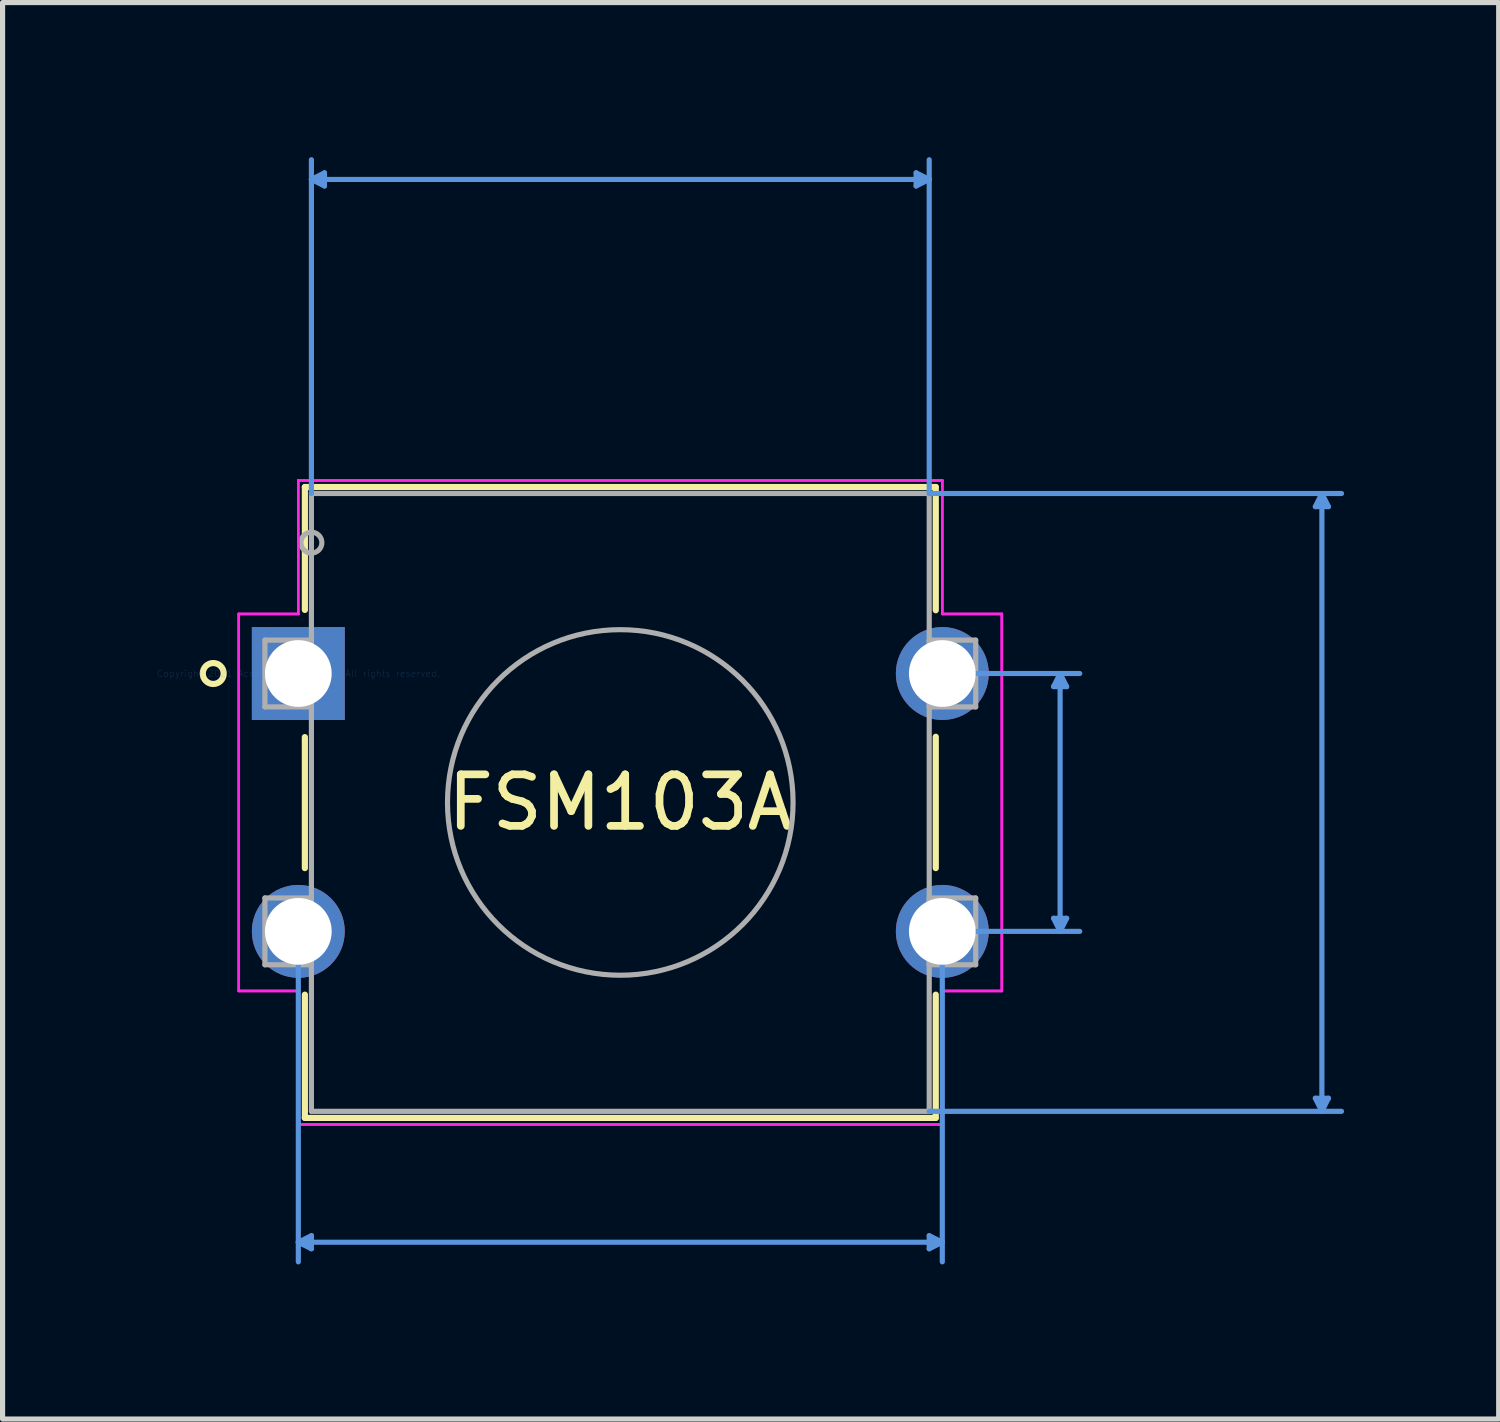
<source format=kicad_pcb>
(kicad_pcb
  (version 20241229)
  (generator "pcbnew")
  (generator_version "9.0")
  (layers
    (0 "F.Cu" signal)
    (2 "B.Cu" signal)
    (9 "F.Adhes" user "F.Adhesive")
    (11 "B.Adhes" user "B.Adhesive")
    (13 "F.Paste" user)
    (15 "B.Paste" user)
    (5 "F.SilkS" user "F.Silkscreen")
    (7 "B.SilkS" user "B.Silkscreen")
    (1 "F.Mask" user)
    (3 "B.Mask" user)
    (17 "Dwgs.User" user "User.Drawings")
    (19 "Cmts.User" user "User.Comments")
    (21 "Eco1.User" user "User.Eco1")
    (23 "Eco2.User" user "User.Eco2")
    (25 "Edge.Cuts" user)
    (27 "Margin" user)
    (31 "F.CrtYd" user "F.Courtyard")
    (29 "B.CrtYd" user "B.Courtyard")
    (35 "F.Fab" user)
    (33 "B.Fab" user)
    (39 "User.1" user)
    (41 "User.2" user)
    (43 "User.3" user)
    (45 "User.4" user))
  (footprint "FSM103A"
    (layer "F.Cu")
    (at 2.739 10.02)
    (property "Reference" "FSM103A" (at 6.248 2.502 0) (layer "F.SilkS") (effects (font (size 1 1) (thickness 0.15))))
    (attr through_hole)
    (fp_line (start 0.127 -3.619) (end 0.127 -1.234) (stroke (width 0.12) (type solid)) (layer "F.SilkS"))
    (fp_line (start 0.127 1.234) (end 0.127 3.776) (stroke (width 0.12) (type solid)) (layer "F.SilkS"))
    (fp_line (start 0.127 6.232) (end 0.127 8.623) (stroke (width 0.12) (type solid)) (layer "F.SilkS"))
    (fp_line (start 0.127 8.623) (end 12.37 8.623) (stroke (width 0.12) (type solid)) (layer "F.SilkS"))
    (fp_line (start 12.37 -3.619) (end 0.127 -3.619) (stroke (width 0.12) (type solid)) (layer "F.SilkS"))
    (fp_line (start 12.37 -1.228) (end 12.37 -3.619) (stroke (width 0.12) (type solid)) (layer "F.SilkS"))
    (fp_line (start 12.37 3.776) (end 12.37 1.228) (stroke (width 0.12) (type solid)) (layer "F.SilkS"))
    (fp_line (start 12.37 8.623) (end 12.37 6.232) (stroke (width 0.12) (type solid)) (layer "F.SilkS"))
    (fp_circle (center -1.651 0) (end -1.448 0) (stroke (width 0.12) (type solid)) (fill no) (layer "F.SilkS"))
    (fp_line (start 0 5.004) (end 0 11.417) (stroke (width 0.1) (type solid)) (layer "Cmts.User"))
    (fp_line (start 0 11.036) (end 0.254 10.909) (stroke (width 0.1) (type solid)) (layer "Cmts.User"))
    (fp_line (start 0 11.036) (end 0.254 11.163) (stroke (width 0.1) (type solid)) (layer "Cmts.User"))
    (fp_line (start 0 11.036) (end 12.497 11.036) (stroke (width 0.1) (type solid)) (layer "Cmts.User"))
    (fp_line (start 0.254 -9.588) (end 0.508 -9.716) (stroke (width 0.1) (type solid)) (layer "Cmts.User"))
    (fp_line (start 0.254 -9.588) (end 0.508 -9.461) (stroke (width 0.1) (type solid)) (layer "Cmts.User"))
    (fp_line (start 0.254 -9.588) (end 12.243 -9.588) (stroke (width 0.1) (type solid)) (layer "Cmts.User"))
    (fp_line (start 0.254 -3.493) (end 0.254 -9.97) (stroke (width 0.1) (type solid)) (layer "Cmts.User"))
    (fp_line (start 0.254 10.909) (end 0.254 11.163) (stroke (width 0.1) (type solid)) (layer "Cmts.User"))
    (fp_line (start 0.508 -9.716) (end 0.508 -9.461) (stroke (width 0.1) (type solid)) (layer "Cmts.User"))
    (fp_line (start 11.989 -9.716) (end 11.989 -9.461) (stroke (width 0.1) (type solid)) (layer "Cmts.User"))
    (fp_line (start 12.243 -9.588) (end 11.989 -9.716) (stroke (width 0.1) (type solid)) (layer "Cmts.User"))
    (fp_line (start 12.243 -9.588) (end 11.989 -9.461) (stroke (width 0.1) (type solid)) (layer "Cmts.User"))
    (fp_line (start 12.243 -3.493) (end 12.243 -9.97) (stroke (width 0.1) (type solid)) (layer "Cmts.User"))
    (fp_line (start 12.243 -3.493) (end 20.244 -3.493) (stroke (width 0.1) (type solid)) (layer "Cmts.User"))
    (fp_line (start 12.243 8.496) (end 20.244 8.496) (stroke (width 0.1) (type solid)) (layer "Cmts.User"))
    (fp_line (start 12.243 10.909) (end 12.243 11.163) (stroke (width 0.1) (type solid)) (layer "Cmts.User"))
    (fp_line (start 12.497 0) (end 15.164 0) (stroke (width 0.1) (type solid)) (layer "Cmts.User"))
    (fp_line (start 12.497 5.004) (end 12.497 11.417) (stroke (width 0.1) (type solid)) (layer "Cmts.User"))
    (fp_line (start 12.497 5.004) (end 15.164 5.004) (stroke (width 0.1) (type solid)) (layer "Cmts.User"))
    (fp_line (start 12.497 11.036) (end 12.243 10.909) (stroke (width 0.1) (type solid)) (layer "Cmts.User"))
    (fp_line (start 12.497 11.036) (end 12.243 11.163) (stroke (width 0.1) (type solid)) (layer "Cmts.User"))
    (fp_line (start 14.656 0.254) (end 14.91 0.254) (stroke (width 0.1) (type solid)) (layer "Cmts.User"))
    (fp_line (start 14.656 4.75) (end 14.91 4.75) (stroke (width 0.1) (type solid)) (layer "Cmts.User"))
    (fp_line (start 14.783 0) (end 14.656 0.254) (stroke (width 0.1) (type solid)) (layer "Cmts.User"))
    (fp_line (start 14.783 0) (end 14.783 5.004) (stroke (width 0.1) (type solid)) (layer "Cmts.User"))
    (fp_line (start 14.783 0) (end 14.91 0.254) (stroke (width 0.1) (type solid)) (layer "Cmts.User"))
    (fp_line (start 14.783 5.004) (end 14.656 4.75) (stroke (width 0.1) (type solid)) (layer "Cmts.User"))
    (fp_line (start 14.783 5.004) (end 14.91 4.75) (stroke (width 0.1) (type solid)) (layer "Cmts.User"))
    (fp_line (start 19.736 -3.239) (end 19.99 -3.239) (stroke (width 0.1) (type solid)) (layer "Cmts.User"))
    (fp_line (start 19.736 8.242) (end 19.99 8.242) (stroke (width 0.1) (type solid)) (layer "Cmts.User"))
    (fp_line (start 19.863 -3.493) (end 19.736 -3.239) (stroke (width 0.1) (type solid)) (layer "Cmts.User"))
    (fp_line (start 19.863 -3.493) (end 19.863 8.496) (stroke (width 0.1) (type solid)) (layer "Cmts.User"))
    (fp_line (start 19.863 -3.493) (end 19.99 -3.239) (stroke (width 0.1) (type solid)) (layer "Cmts.User"))
    (fp_line (start 19.863 8.496) (end 19.736 8.242) (stroke (width 0.1) (type solid)) (layer "Cmts.User"))
    (fp_line (start 19.863 8.496) (end 19.99 8.242) (stroke (width 0.1) (type solid)) (layer "Cmts.User"))
    (fp_line (start -1.156 -1.156) (end 0 -1.156) (stroke (width 0.05) (type solid)) (layer "F.CrtYd"))
    (fp_line (start -1.156 -1.156) (end 0 -1.156) (stroke (width 0.05) (type solid)) (layer "F.CrtYd"))
    (fp_line (start -1.156 6.16) (end -1.156 -1.156) (stroke (width 0.05) (type solid)) (layer "F.CrtYd"))
    (fp_line (start -1.156 6.16) (end -1.156 -1.156) (stroke (width 0.05) (type solid)) (layer "F.CrtYd"))
    (fp_line (start -1.156 6.16) (end 0 6.16) (stroke (width 0.05) (type solid)) (layer "F.CrtYd"))
    (fp_line (start 0 -3.747) (end 12.497 -3.747) (stroke (width 0.05) (type solid)) (layer "F.CrtYd"))
    (fp_line (start 0 -3.747) (end 12.497 -3.747) (stroke (width 0.05) (type solid)) (layer "F.CrtYd"))
    (fp_line (start 0 -1.156) (end 0 -3.747) (stroke (width 0.05) (type solid)) (layer "F.CrtYd"))
    (fp_line (start 0 -1.156) (end 0 -3.747) (stroke (width 0.05) (type solid)) (layer "F.CrtYd"))
    (fp_line (start 0 6.16) (end -1.156 6.16) (stroke (width 0.05) (type solid)) (layer "F.CrtYd"))
    (fp_line (start 0 8.75) (end 0 6.16) (stroke (width 0.05) (type solid)) (layer "F.CrtYd"))
    (fp_line (start 0 8.75) (end 0 6.16) (stroke (width 0.05) (type solid)) (layer "F.CrtYd"))
    (fp_line (start 12.497 -3.747) (end 12.497 -1.156) (stroke (width 0.05) (type solid)) (layer "F.CrtYd"))
    (fp_line (start 12.497 -3.747) (end 12.497 -1.156) (stroke (width 0.05) (type solid)) (layer "F.CrtYd"))
    (fp_line (start 12.497 -1.156) (end 13.652 -1.156) (stroke (width 0.05) (type solid)) (layer "F.CrtYd"))
    (fp_line (start 12.497 6.16) (end 12.497 8.75) (stroke (width 0.05) (type solid)) (layer "F.CrtYd"))
    (fp_line (start 12.497 6.16) (end 12.497 8.75) (stroke (width 0.05) (type solid)) (layer "F.CrtYd"))
    (fp_line (start 12.497 8.75) (end 0 8.75) (stroke (width 0.05) (type solid)) (layer "F.CrtYd"))
    (fp_line (start 12.497 8.75) (end 0 8.75) (stroke (width 0.05) (type solid)) (layer "F.CrtYd"))
    (fp_line (start 13.652 -1.156) (end 12.497 -1.156) (stroke (width 0.05) (type solid)) (layer "F.CrtYd"))
    (fp_line (start 13.652 -1.156) (end 13.652 6.16) (stroke (width 0.05) (type solid)) (layer "F.CrtYd"))
    (fp_line (start 13.652 -1.156) (end 13.652 6.16) (stroke (width 0.05) (type solid)) (layer "F.CrtYd"))
    (fp_line (start 13.652 6.16) (end 12.497 6.16) (stroke (width 0.05) (type solid)) (layer "F.CrtYd"))
    (fp_line (start 13.652 6.16) (end 12.497 6.16) (stroke (width 0.05) (type solid)) (layer "F.CrtYd"))
    (fp_line (start -0.648 -0.648) (end -0.648 0.648) (stroke (width 0.1) (type solid)) (layer "F.Fab"))
    (fp_line (start -0.648 0.648) (end 0.254 0.648) (stroke (width 0.1) (type solid)) (layer "F.Fab"))
    (fp_line (start -0.648 4.356) (end -0.648 5.652) (stroke (width 0.1) (type solid)) (layer "F.Fab"))
    (fp_line (start -0.648 5.652) (end 0.254 5.652) (stroke (width 0.1) (type solid)) (layer "F.Fab"))
    (fp_line (start 0.254 -3.493) (end 0.254 8.496) (stroke (width 0.1) (type solid)) (layer "F.Fab"))
    (fp_line (start 0.254 -0.648) (end -0.648 -0.648) (stroke (width 0.1) (type solid)) (layer "F.Fab"))
    (fp_line (start 0.254 0.648) (end 0.254 -0.648) (stroke (width 0.1) (type solid)) (layer "F.Fab"))
    (fp_line (start 0.254 4.356) (end -0.648 4.356) (stroke (width 0.1) (type solid)) (layer "F.Fab"))
    (fp_line (start 0.254 5.652) (end 0.254 4.356) (stroke (width 0.1) (type solid)) (layer "F.Fab"))
    (fp_line (start 0.254 8.496) (end 12.243 8.496) (stroke (width 0.1) (type solid)) (layer "F.Fab"))
    (fp_line (start 12.243 -3.493) (end 0.254 -3.493) (stroke (width 0.1) (type solid)) (layer "F.Fab"))
    (fp_line (start 12.243 -0.648) (end 12.243 0.648) (stroke (width 0.1) (type solid)) (layer "F.Fab"))
    (fp_line (start 12.243 0.648) (end 13.145 0.648) (stroke (width 0.1) (type solid)) (layer "F.Fab"))
    (fp_line (start 12.243 4.356) (end 12.243 5.652) (stroke (width 0.1) (type solid)) (layer "F.Fab"))
    (fp_line (start 12.243 5.652) (end 13.145 5.652) (stroke (width 0.1) (type solid)) (layer "F.Fab"))
    (fp_line (start 12.243 8.496) (end 12.243 -3.493) (stroke (width 0.1) (type solid)) (layer "F.Fab"))
    (fp_line (start 13.145 -0.648) (end 12.243 -0.648) (stroke (width 0.1) (type solid)) (layer "F.Fab"))
    (fp_line (start 13.145 0.648) (end 13.145 -0.648) (stroke (width 0.1) (type solid)) (layer "F.Fab"))
    (fp_line (start 13.145 4.356) (end 12.243 4.356) (stroke (width 0.1) (type solid)) (layer "F.Fab"))
    (fp_line (start 13.145 5.652) (end 13.145 4.356) (stroke (width 0.1) (type solid)) (layer "F.Fab"))
    (fp_circle (center 0.254 -2.54) (end 0.457 -2.54) (stroke (width 0.1) (type solid)) (fill no) (layer "F.Fab"))
    (fp_circle (center 6.248 2.502) (end 9.601 2.502) (stroke (width 0.1) (type solid)) (fill no) (layer "F.Fab"))
    (fp_text user "*" (at 0 0 0) (layer "F.SilkS") (effects (font (size 1 1) (thickness 0.15))))
    (fp_text user "Copyright 2021 Accelerated Designs. All rights reserved." (at 0 0 0) (layer "Cmts.User") (effects (font (size 0.127 0.127) (thickness 0.002))))
    (fp_text user "*" (at 0 0 0) (layer "F.Fab") (effects (font (size 1 1) (thickness 0.15))))
    (pad "1" thru_hole rect (at 0 0) (size 1.803 1.803) (drill 1.295) (layers "*.Cu" "*.Mask"))
    (pad "2" thru_hole circle (at 0 5.004) (size 1.803 1.803) (drill 1.295) (layers "*.Cu" "*.Mask"))
    (pad "3" thru_hole circle (at 12.497 5.004) (size 1.803 1.803) (drill 1.295) (layers "*.Cu" "*.Mask"))
    (pad "4" thru_hole circle (at 12.497 0) (size 1.803 1.803) (drill 1.295) (layers "*.Cu" "*.Mask")))
  (gr_rect
    (start -3 -3)
    (end 26.033 24.487)
    (stroke (width 0.1) (type default))
    (fill no)
    (layer "Edge.Cuts")))
</source>
